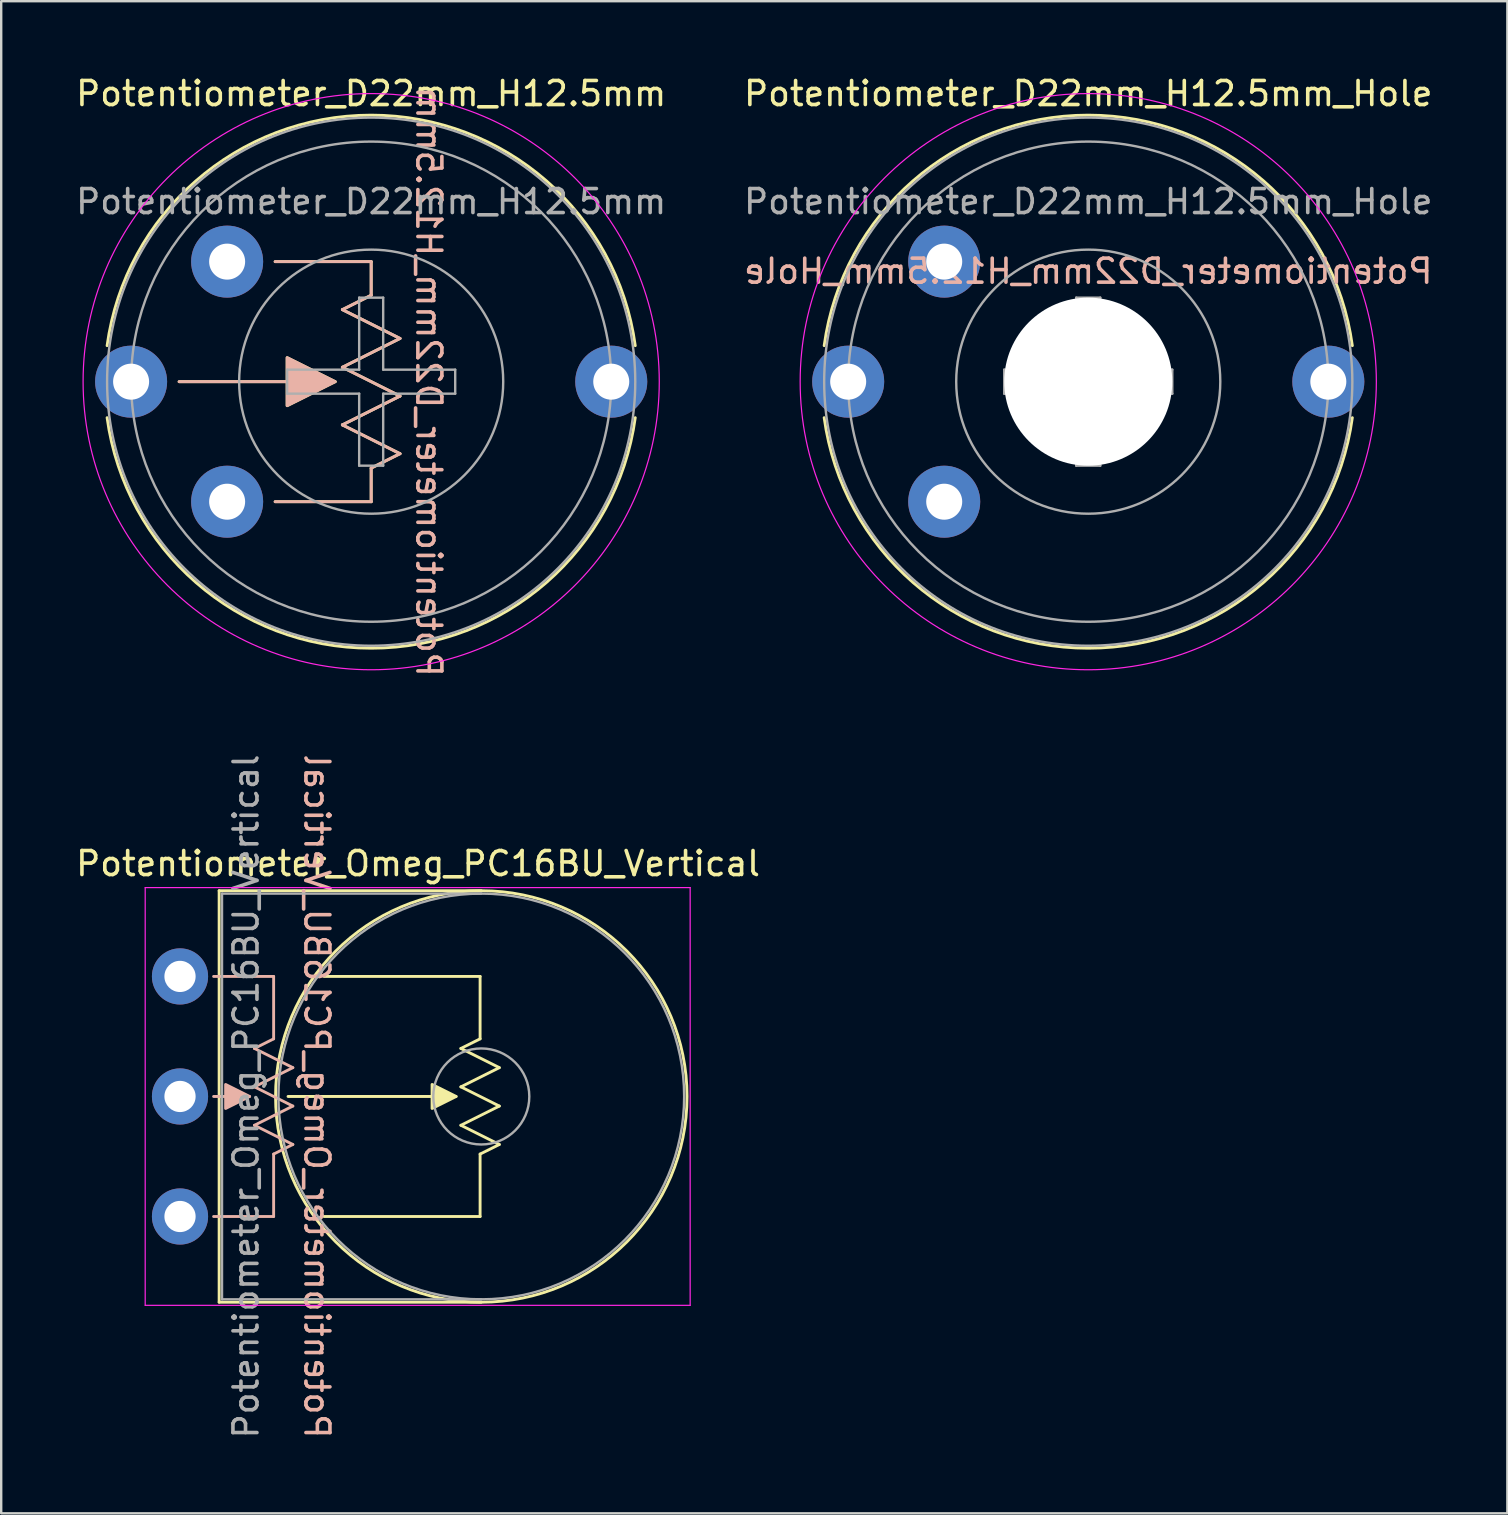
<source format=kicad_pcb>
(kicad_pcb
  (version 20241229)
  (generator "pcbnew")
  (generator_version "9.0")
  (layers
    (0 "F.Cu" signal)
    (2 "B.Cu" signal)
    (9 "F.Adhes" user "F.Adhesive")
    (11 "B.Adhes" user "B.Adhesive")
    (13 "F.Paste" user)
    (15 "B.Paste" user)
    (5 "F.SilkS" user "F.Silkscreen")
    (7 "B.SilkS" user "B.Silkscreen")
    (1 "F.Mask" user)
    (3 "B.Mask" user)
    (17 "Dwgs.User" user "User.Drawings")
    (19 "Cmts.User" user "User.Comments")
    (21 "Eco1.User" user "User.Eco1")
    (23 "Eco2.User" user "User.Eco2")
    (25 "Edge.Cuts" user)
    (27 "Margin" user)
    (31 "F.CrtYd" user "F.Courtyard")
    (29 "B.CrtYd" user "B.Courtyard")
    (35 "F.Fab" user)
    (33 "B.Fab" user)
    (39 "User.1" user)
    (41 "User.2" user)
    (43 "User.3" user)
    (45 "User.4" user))
  (footprint "Potentiometer_D22mm_H12.5mm"
    (layer "F.Cu")
    (at 6.411 7.848)
    (property "Reference" "Potentiometer_D22mm_H12.5mm" (at 6 -7 0) (unlocked yes) (layer "F.SilkS") (effects (font (size 1 1) (thickness 0.15))))
    (attr smd)
    (fp_line (start -2 5) (end 4.5 5) (stroke (width 0.12) (type solid)) (layer "F.SilkS"))
    (fp_line (start 4.8 2) (end 7.2 3.2) (stroke (width 0.12) (type solid)) (layer "F.SilkS"))
    (fp_line (start 4.8 4.4) (end 7.2 5.6) (stroke (width 0.12) (type solid)) (layer "F.SilkS"))
    (fp_line (start 4.8 6.8) (end 7.2 8) (stroke (width 0.12) (type solid)) (layer "F.SilkS"))
    (fp_line (start 6 0) (end 2 0) (stroke (width 0.12) (type solid)) (layer "F.SilkS"))
    (fp_line (start 6 1.4) (end 4.8 2) (stroke (width 0.12) (type solid)) (layer "F.SilkS"))
    (fp_line (start 6 1.4) (end 6 0) (stroke (width 0.12) (type solid)) (layer "F.SilkS"))
    (fp_line (start 6 8.6) (end 6 10) (stroke (width 0.12) (type solid)) (layer "F.SilkS"))
    (fp_line (start 6 10) (end 2 10) (stroke (width 0.12) (type solid)) (layer "F.SilkS"))
    (fp_line (start 7.2 3.2) (end 4.8 4.4) (stroke (width 0.12) (type solid)) (layer "F.SilkS"))
    (fp_line (start 7.2 5.6) (end 4.8 6.8) (stroke (width 0.12) (type solid)) (layer "F.SilkS"))
    (fp_line (start 7.2 8) (end 6 8.6) (stroke (width 0.12) (type solid)) (layer "F.SilkS"))
    (fp_arc (start -4.999999 3.5) (mid 6 -6.101801) (end 16.999999 3.5) (stroke (width 0.12) (type solid)) (layer "F.SilkS"))
    (fp_arc (start 16.999999 6.5) (mid 6 16.101801) (end -4.999999 6.5) (stroke (width 0.12) (type solid)) (layer "F.SilkS"))
    (fp_poly (pts (xy 4.5 5) (xy 2.5 6) (xy 2.5 4)) (stroke (width 0.12) (type solid)) (fill yes) (layer "F.SilkS"))
    (fp_line (start -2 5) (end 4.4 5) (stroke (width 0.12) (type solid)) (layer "B.SilkS"))
    (fp_line (start 2 0) (end 6 0) (stroke (width 0.12) (type solid)) (layer "B.SilkS"))
    (fp_line (start 4.8 2) (end 7.2 3.2) (stroke (width 0.12) (type solid)) (layer "B.SilkS"))
    (fp_line (start 4.8 4.4) (end 7.2 5.6) (stroke (width 0.12) (type solid)) (layer "B.SilkS"))
    (fp_line (start 4.8 6.8) (end 7.2 8) (stroke (width 0.12) (type solid)) (layer "B.SilkS"))
    (fp_line (start 6 0) (end 6 1.4) (stroke (width 0.12) (type solid)) (layer "B.SilkS"))
    (fp_line (start 6 1.4) (end 4.8 2) (stroke (width 0.12) (type solid)) (layer "B.SilkS"))
    (fp_line (start 6 8.6) (end 6 10) (stroke (width 0.12) (type solid)) (layer "B.SilkS"))
    (fp_line (start 6 10) (end 2 10) (stroke (width 0.12) (type solid)) (layer "B.SilkS"))
    (fp_line (start 7.2 3.2) (end 4.8 4.4) (stroke (width 0.12) (type solid)) (layer "B.SilkS"))
    (fp_line (start 7.2 5.6) (end 4.8 6.8) (stroke (width 0.12) (type solid)) (layer "B.SilkS"))
    (fp_line (start 7.2 8) (end 6 8.6) (stroke (width 0.12) (type solid)) (layer "B.SilkS"))
    (fp_poly (pts (xy 4.5 5) (xy 2.5 6) (xy 2.5 4)) (stroke (width 0.12) (type solid)) (fill yes) (layer "B.SilkS"))
    (fp_circle (center 6 5) (end 18 5) (stroke (width 0.05) (type solid)) (fill no) (layer "F.CrtYd"))
    (fp_line (start 2.5 4.5) (end 2.5 5.5) (stroke (width 0.1) (type solid)) (layer "F.Fab"))
    (fp_line (start 2.5 5.5) (end 5.5 5.5) (stroke (width 0.1) (type solid)) (layer "F.Fab"))
    (fp_line (start 5.5 1.5) (end 5.5 4.5) (stroke (width 0.1) (type solid)) (layer "F.Fab"))
    (fp_line (start 5.5 4.5) (end 2.5 4.5) (stroke (width 0.1) (type solid)) (layer "F.Fab"))
    (fp_line (start 5.5 5.5) (end 5.5 8.5) (stroke (width 0.1) (type solid)) (layer "F.Fab"))
    (fp_line (start 5.5 8.5) (end 6.5 8.5) (stroke (width 0.1) (type solid)) (layer "F.Fab"))
    (fp_line (start 6.5 1.5) (end 5.5 1.5) (stroke (width 0.1) (type solid)) (layer "F.Fab"))
    (fp_line (start 6.5 4.5) (end 6.5 1.5) (stroke (width 0.1) (type solid)) (layer "F.Fab"))
    (fp_line (start 6.5 5.5) (end 9.5 5.5) (stroke (width 0.1) (type solid)) (layer "F.Fab"))
    (fp_line (start 6.5 8.5) (end 6.5 5.5) (stroke (width 0.1) (type solid)) (layer "F.Fab"))
    (fp_line (start 9.5 4.5) (end 6.5 4.5) (stroke (width 0.1) (type solid)) (layer "F.Fab"))
    (fp_line (start 9.5 5.5) (end 9.5 4.5) (stroke (width 0.1) (type solid)) (layer "F.Fab"))
    (fp_circle (center 6 5) (end 11.5 5) (stroke (width 0.1) (type solid)) (fill no) (layer "F.Fab"))
    (fp_circle (center 6 5) (end 16 5) (stroke (width 0.1) (type solid)) (fill no) (layer "F.Fab"))
    (fp_circle (center 6 5) (end 17 5) (stroke (width 0.1) (type solid)) (fill no) (layer "F.Fab"))
    (fp_text user "${REFERENCE}" (at 8.4 5 270) (unlocked yes) (layer "B.SilkS") (effects (font (size 1 1) (thickness 0.15)) (justify mirror)))
    (fp_text user "${REFERENCE}" (at 6 -2.5 0) (unlocked yes) (layer "F.Fab") (effects (font (size 1 1) (thickness 0.15))))
    (pad "" thru_hole circle (at 16 5) (size 3 3) (drill 1.5) (layers "*.Cu" "*.Mask"))
    (pad "1" thru_hole circle (at 0 0) (size 3 3) (drill 1.5) (layers "*.Cu" "*.Mask"))
    (pad "2" thru_hole circle (at -4 5) (size 3 3) (drill 1.5) (layers "*.Cu" "*.Mask"))
    (pad "3" thru_hole circle (at 0 10) (size 3 3) (drill 1.5) (layers "*.Cu" "*.Mask")))
  (footprint "Potentiometer_Omeg_PC16BU_Vertical"
    (layer "F.Cu")
    (at 4.448 47.622)
    (property "Reference" "Potentiometer_Omeg_PC16BU_Vertical" (at 9.915 -14.7 0) (layer "F.SilkS") (effects (font (size 1 1) (thickness 0.15))))
    (attr through_hole)
    (fp_line (start 1.63 -13.57) (end 1.63 3.57) (stroke (width 0.12) (type solid)) (layer "F.SilkS"))
    (fp_line (start 1.63 -13.57) (end 12.55 -13.57) (stroke (width 0.12) (type solid)) (layer "F.SilkS"))
    (fp_line (start 1.63 3.57) (end 12.55 3.57) (stroke (width 0.12) (type solid)) (layer "F.SilkS"))
    (fp_line (start 6 0) (end 12.5 0) (stroke (width 0.12) (type solid)) (layer "F.SilkS"))
    (fp_line (start 11.5 -5) (end 4.5 -5) (stroke (width 0.12) (type solid)) (layer "F.SilkS"))
    (fp_line (start 11.7 -7) (end 13.3 -6.2) (stroke (width 0.12) (type solid)) (layer "F.SilkS"))
    (fp_line (start 11.7 -5.4) (end 13.3 -4.6) (stroke (width 0.12) (type solid)) (layer "F.SilkS"))
    (fp_line (start 11.7 -3.8) (end 13.3 -3) (stroke (width 0.12) (type solid)) (layer "F.SilkS"))
    (fp_line (start 12.5 -10) (end 6 -10) (stroke (width 0.12) (type solid)) (layer "F.SilkS"))
    (fp_line (start 12.5 -7.4) (end 11.7 -7) (stroke (width 0.12) (type solid)) (layer "F.SilkS"))
    (fp_line (start 12.5 -7.4) (end 12.5 -10) (stroke (width 0.12) (type solid)) (layer "F.SilkS"))
    (fp_line (start 12.5 0) (end 12.5 -2.6) (stroke (width 0.12) (type solid)) (layer "F.SilkS"))
    (fp_line (start 13.3 -6.2) (end 11.7 -5.4) (stroke (width 0.12) (type solid)) (layer "F.SilkS"))
    (fp_line (start 13.3 -4.6) (end 11.7 -3.8) (stroke (width 0.12) (type solid)) (layer "F.SilkS"))
    (fp_line (start 13.3 -3) (end 12.5 -2.6) (stroke (width 0.12) (type solid)) (layer "F.SilkS"))
    (fp_circle (center 12.55 -5) (end 21.12 -5) (stroke (width 0.12) (type solid)) (fill no) (layer "F.SilkS"))
    (fp_poly (pts (xy 10.5 -5.5) (xy 11.5 -5) (xy 10.5 -4.5)) (stroke (width 0.12) (type solid)) (fill yes) (layer "F.SilkS"))
    (fp_line (start 1.4 -10) (end 3.9 -10) (stroke (width 0.12) (type solid)) (layer "B.SilkS"))
    (fp_line (start 1.4 -5) (end 2.9 -5) (stroke (width 0.12) (type solid)) (layer "B.SilkS"))
    (fp_line (start 3.1 -7) (end 4.7 -6.2) (stroke (width 0.12) (type solid)) (layer "B.SilkS"))
    (fp_line (start 3.1 -5.4) (end 4.7 -4.6) (stroke (width 0.12) (type solid)) (layer "B.SilkS"))
    (fp_line (start 3.1 -3.8) (end 4.7 -3) (stroke (width 0.12) (type solid)) (layer "B.SilkS"))
    (fp_line (start 3.9 -10) (end 3.9 -7.4) (stroke (width 0.12) (type solid)) (layer "B.SilkS"))
    (fp_line (start 3.9 -7.4) (end 3.1 -7) (stroke (width 0.12) (type solid)) (layer "B.SilkS"))
    (fp_line (start 3.9 -2.6) (end 3.9 0) (stroke (width 0.12) (type solid)) (layer "B.SilkS"))
    (fp_line (start 3.9 0) (end 1.4 0) (stroke (width 0.12) (type solid)) (layer "B.SilkS"))
    (fp_line (start 4.7 -6.2) (end 3.1 -5.4) (stroke (width 0.12) (type solid)) (layer "B.SilkS"))
    (fp_line (start 4.7 -4.6) (end 3.1 -3.8) (stroke (width 0.12) (type solid)) (layer "B.SilkS"))
    (fp_line (start 4.7 -3) (end 3.9 -2.6) (stroke (width 0.12) (type solid)) (layer "B.SilkS"))
    (fp_poly (pts (xy 2.9 -5) (xy 1.9 -4.5) (xy 1.9 -5.5)) (stroke (width 0.12) (type solid)) (fill yes) (layer "B.SilkS"))
    (fp_line (start -1.45 -13.7) (end -1.45 3.7) (stroke (width 0.05) (type solid)) (layer "F.CrtYd"))
    (fp_line (start -1.45 3.7) (end 21.25 3.7) (stroke (width 0.05) (type solid)) (layer "F.CrtYd"))
    (fp_line (start 21.25 -13.7) (end -1.45 -13.7) (stroke (width 0.05) (type solid)) (layer "F.CrtYd"))
    (fp_line (start 21.25 3.7) (end 21.25 -13.7) (stroke (width 0.05) (type solid)) (layer "F.CrtYd"))
    (fp_line (start 1.75 -13.45) (end 1.75 3.45) (stroke (width 0.1) (type solid)) (layer "F.Fab"))
    (fp_line (start 1.75 3.45) (end 12.55 3.45) (stroke (width 0.1) (type solid)) (layer "F.Fab"))
    (fp_line (start 12.55 -13.45) (end 1.75 -13.45) (stroke (width 0.1) (type solid)) (layer "F.Fab"))
    (fp_circle (center 12.55 -5) (end 14.55 -5) (stroke (width 0.1) (type solid)) (fill no) (layer "F.Fab"))
    (fp_circle (center 12.55 -5) (end 21 -5) (stroke (width 0.1) (type solid)) (fill no) (layer "F.Fab"))
    (fp_text user "${REFERENCE}" (at 5.7 -5 270) (unlocked yes) (layer "B.SilkS") (effects (font (size 1 1) (thickness 0.15)) (justify mirror)))
    (fp_text user "${REFERENCE}" (at 2.75 -5 90) (layer "F.Fab") (effects (font (size 1 1) (thickness 0.15))))
    (pad "1" thru_hole circle (at 0 0) (size 2.34 2.34) (drill 1.3) (layers "*.Cu" "*.Mask"))
    (pad "2" thru_hole circle (at 0 -5) (size 2.34 2.34) (drill 1.3) (layers "*.Cu" "*.Mask"))
    (pad "3" thru_hole circle (at 0 -10) (size 2.34 2.34) (drill 1.3) (layers "*.Cu" "*.Mask")))
  (footprint "Potentiometer_D22mm_H12.5mm_Hole"
    (layer "F.Cu")
    (at 36.28 7.848)
    (property "Reference" "Potentiometer_D22mm_H12.5mm_Hole" (at 6 -7 0) (unlocked yes) (layer "F.SilkS") (effects (font (size 1 1) (thickness 0.15))))
    (attr smd)
    (fp_arc (start -4.999999 3.5) (mid 6 -6.101801) (end 16.999999 3.5) (stroke (width 0.12) (type solid)) (layer "F.SilkS"))
    (fp_arc (start 16.999999 6.5) (mid 6 16.101801) (end -4.999999 6.5) (stroke (width 0.12) (type solid)) (layer "F.SilkS"))
    (fp_circle (center 6 5) (end 18 5) (stroke (width 0.05) (type solid)) (fill no) (layer "F.CrtYd"))
    (fp_line (start 2.5 4.5) (end 2.5 5.5) (stroke (width 0.1) (type solid)) (layer "F.Fab"))
    (fp_line (start 2.5 5.5) (end 5.5 5.5) (stroke (width 0.1) (type solid)) (layer "F.Fab"))
    (fp_line (start 5.5 1.5) (end 5.5 4.5) (stroke (width 0.1) (type solid)) (layer "F.Fab"))
    (fp_line (start 5.5 4.5) (end 2.5 4.5) (stroke (width 0.1) (type solid)) (layer "F.Fab"))
    (fp_line (start 5.5 5.5) (end 5.5 8.5) (stroke (width 0.1) (type solid)) (layer "F.Fab"))
    (fp_line (start 5.5 8.5) (end 6.5 8.5) (stroke (width 0.1) (type solid)) (layer "F.Fab"))
    (fp_line (start 6.5 1.5) (end 5.5 1.5) (stroke (width 0.1) (type solid)) (layer "F.Fab"))
    (fp_line (start 6.5 4.5) (end 6.5 1.5) (stroke (width 0.1) (type solid)) (layer "F.Fab"))
    (fp_line (start 6.5 5.5) (end 9.5 5.5) (stroke (width 0.1) (type solid)) (layer "F.Fab"))
    (fp_line (start 6.5 8.5) (end 6.5 5.5) (stroke (width 0.1) (type solid)) (layer "F.Fab"))
    (fp_line (start 9.5 4.5) (end 6.5 4.5) (stroke (width 0.1) (type solid)) (layer "F.Fab"))
    (fp_line (start 9.5 5.5) (end 9.5 4.5) (stroke (width 0.1) (type solid)) (layer "F.Fab"))
    (fp_circle (center 6 5) (end 11.5 5) (stroke (width 0.1) (type solid)) (fill no) (layer "F.Fab"))
    (fp_circle (center 6 5) (end 16 5) (stroke (width 0.1) (type solid)) (fill no) (layer "F.Fab"))
    (fp_circle (center 6 5) (end 17 5) (stroke (width 0.1) (type solid)) (fill no) (layer "F.Fab"))
    (fp_text user "${REFERENCE}" (at 6 0.4 0) (unlocked yes) (layer "B.SilkS") (effects (font (size 1 1) (thickness 0.15)) (justify mirror)))
    (fp_text user "${REFERENCE}" (at 6 -2.5 0) (unlocked yes) (layer "F.Fab") (effects (font (size 1 1) (thickness 0.15))))
    (pad "" np_thru_hole circle (at 6 5) (size 7 7) (drill 7) (layers "*.Cu" "*.Mask"))
    (pad "" thru_hole circle (at 16 5) (size 3 3) (drill 1.5) (layers "*.Cu" "*.Mask"))
    (pad "1" thru_hole circle (at 0 0) (size 3 3) (drill 1.5) (layers "*.Cu" "*.Mask"))
    (pad "2" thru_hole circle (at -4 5) (size 3 3) (drill 1.5) (layers "*.Cu" "*.Mask"))
    (pad "3" thru_hole circle (at 0 10) (size 3 3) (drill 1.5) (layers "*.Cu" "*.Mask")))
  (gr_rect
    (start -3 -3)
    (end 59.738 59.985)
    (stroke (width 0.1) (type default))
    (fill no)
    (layer "Edge.Cuts")))
</source>
